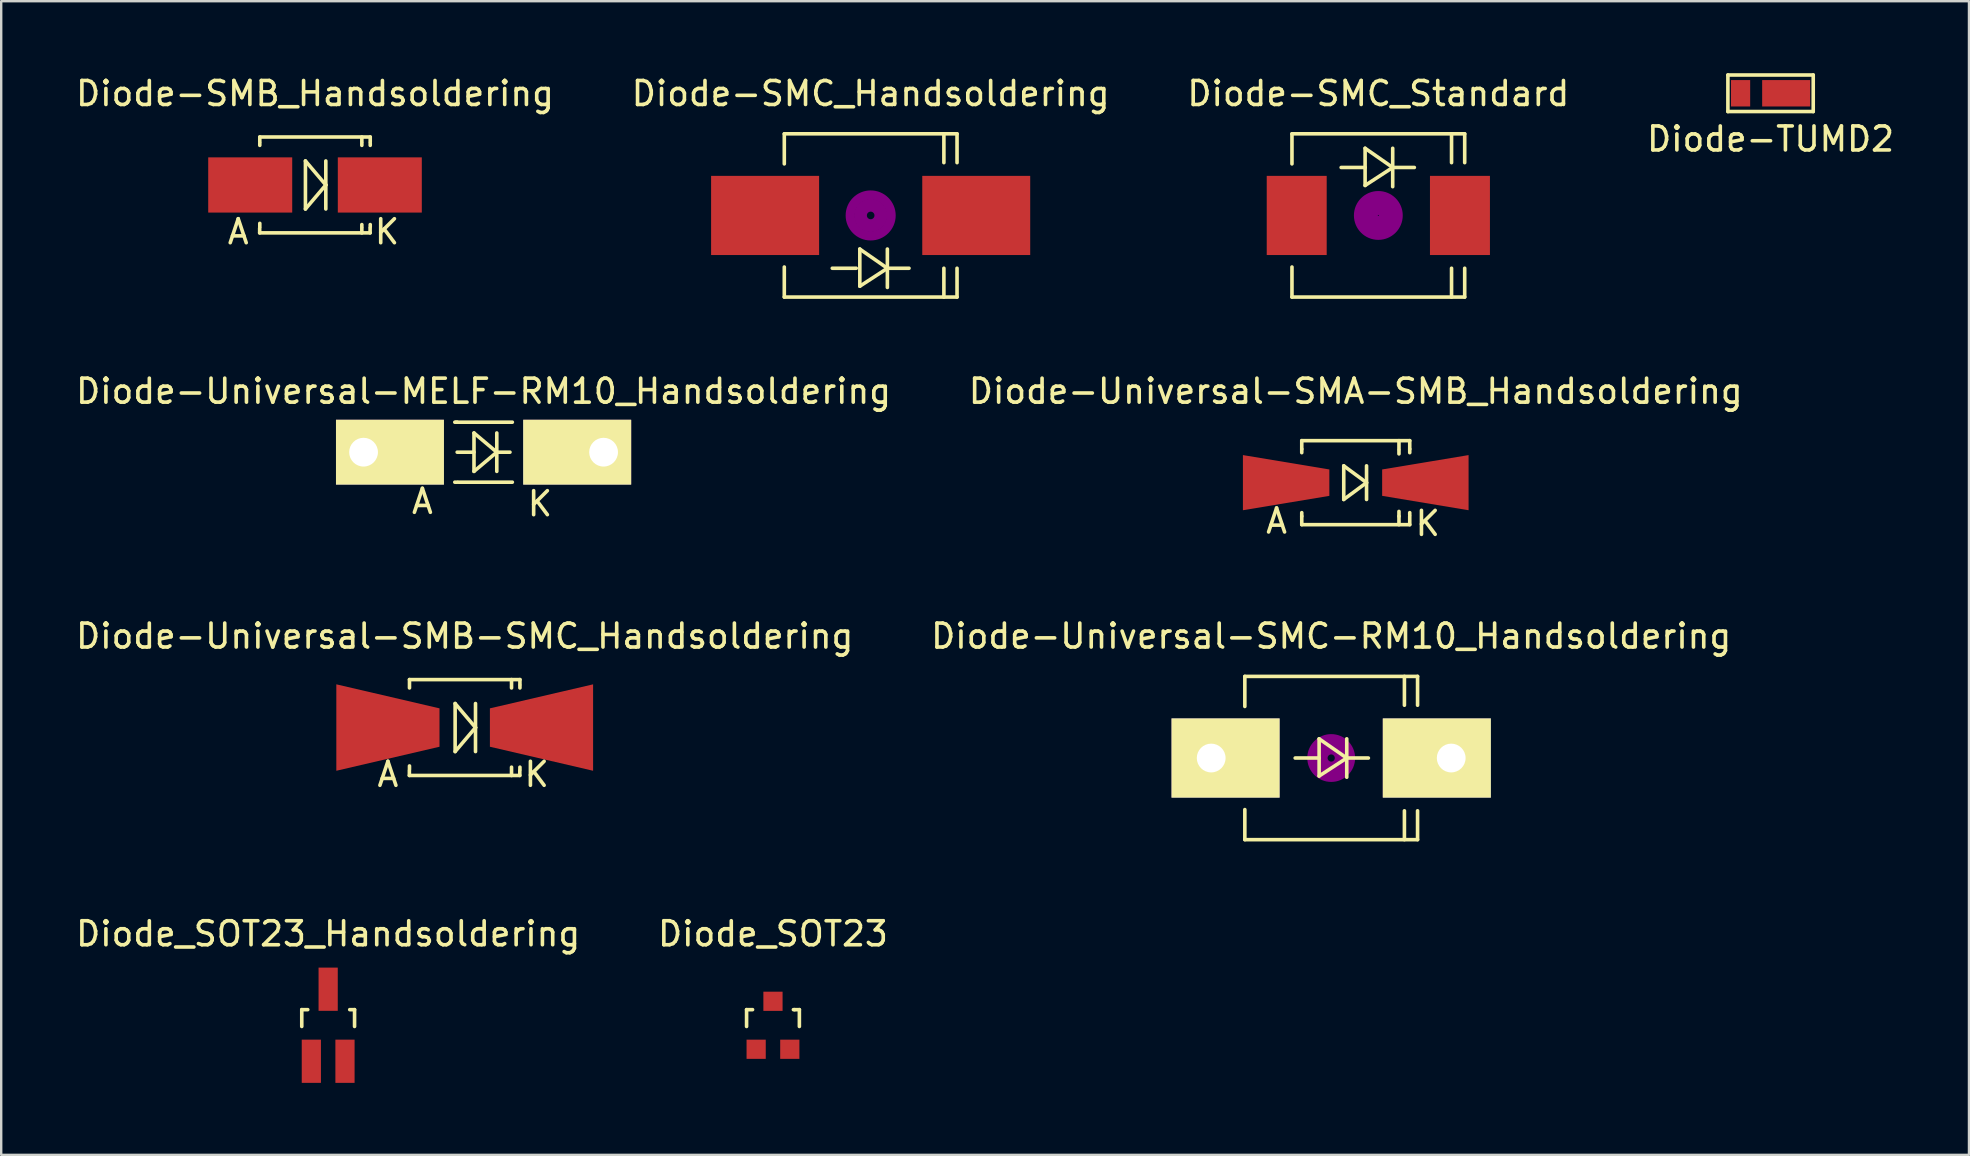
<source format=kicad_pcb>
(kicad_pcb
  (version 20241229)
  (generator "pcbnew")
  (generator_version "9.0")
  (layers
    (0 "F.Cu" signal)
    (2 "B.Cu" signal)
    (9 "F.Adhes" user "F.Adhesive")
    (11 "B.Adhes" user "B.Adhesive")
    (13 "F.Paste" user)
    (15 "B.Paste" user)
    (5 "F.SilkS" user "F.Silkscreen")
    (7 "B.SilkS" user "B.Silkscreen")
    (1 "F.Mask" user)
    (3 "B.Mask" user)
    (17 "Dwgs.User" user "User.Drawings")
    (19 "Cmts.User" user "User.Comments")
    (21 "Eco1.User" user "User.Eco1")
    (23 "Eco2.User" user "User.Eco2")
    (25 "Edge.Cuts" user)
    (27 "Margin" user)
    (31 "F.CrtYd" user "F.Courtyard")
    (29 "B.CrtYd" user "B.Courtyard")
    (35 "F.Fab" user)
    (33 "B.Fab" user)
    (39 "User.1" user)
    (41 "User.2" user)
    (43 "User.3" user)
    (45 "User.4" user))
  (footprint "Diode_SOT23_Handsoldering"
    (layer "F.Cu")
    (at 10.625 39.673)
    (property "Reference" "Diode_SOT23_Handsoldering" (at 0 -3.81 0) (layer "F.SilkS") (effects (font (size 1 1) (thickness 0.15))))
    (attr smd)
    (fp_line (start -1.1 -0.65) (end -0.851 -0.65) (stroke (width 0.15) (type solid)) (layer "F.SilkS"))
    (fp_line (start -1.1 0.051) (end -1.1 -0.65) (stroke (width 0.15) (type solid)) (layer "F.SilkS"))
    (fp_line (start 0.899 -0.65) (end 1.1 -0.65) (stroke (width 0.15) (type solid)) (layer "F.SilkS"))
    (fp_line (start 1.1 -0.65) (end 1.1 0.051) (stroke (width 0.15) (type solid)) (layer "F.SilkS"))
    (pad "1" smd rect (at -0.701 1.501) (size 0.8 1.801) (layers "F.Cu" "F.Mask" "F.Paste"))
    (pad "2" smd rect (at 0.701 1.501) (size 0.8 1.801) (layers "F.Cu" "F.Mask" "F.Paste"))
    (pad "3" smd rect (at 0 -1.501) (size 0.8 1.801) (layers "F.Cu" "F.Mask" "F.Paste")))
  (footprint "Diode-SMC_Standard"
    (layer "F.Cu")
    (at 54.387 5.928)
    (property "Reference" "Diode-SMC_Standard" (at 0 -5.08 0) (layer "F.SilkS") (effects (font (size 1 1) (thickness 0.15))))
    (attr smd)
    (fp_line (start -3.599 -3.401) (end -3.599 -2.149) (stroke (width 0.15) (type solid)) (layer "F.SilkS"))
    (fp_line (start -3.599 -3.401) (end 3.599 -3.401) (stroke (width 0.15) (type solid)) (layer "F.SilkS"))
    (fp_line (start -3.599 3.401) (end -3.599 2.149) (stroke (width 0.15) (type solid)) (layer "F.SilkS"))
    (fp_line (start -3.599 3.401) (end 3.599 3.401) (stroke (width 0.15) (type solid)) (layer "F.SilkS"))
    (fp_line (start -0.551 -1.999) (end -1.549 -1.999) (stroke (width 0.15) (type solid)) (layer "F.SilkS"))
    (fp_line (start -0.551 -1.25) (end -0.551 -2.799) (stroke (width 0.15) (type solid)) (layer "F.SilkS"))
    (fp_line (start 0.599 -2.799) (end 0.599 -1.199) (stroke (width 0.15) (type solid)) (layer "F.SilkS"))
    (fp_line (start 0.599 -1.999) (end -0.551 -2.799) (stroke (width 0.15) (type solid)) (layer "F.SilkS"))
    (fp_line (start 0.599 -1.999) (end -0.551 -1.25) (stroke (width 0.15) (type solid)) (layer "F.SilkS"))
    (fp_line (start 0.599 -1.999) (end 1.501 -1.999) (stroke (width 0.15) (type solid)) (layer "F.SilkS"))
    (fp_line (start 3.051 -3.401) (end 3.051 -2.2) (stroke (width 0.15) (type solid)) (layer "F.SilkS"))
    (fp_line (start 3.051 3.401) (end 3.051 2.2) (stroke (width 0.15) (type solid)) (layer "F.SilkS"))
    (fp_line (start 3.599 -3.401) (end 3.599 -2.2) (stroke (width 0.15) (type solid)) (layer "F.SilkS"))
    (fp_line (start 3.599 3.401) (end 3.599 2.2) (stroke (width 0.15) (type solid)) (layer "F.SilkS"))
    (fp_circle (center 0 0) (end 0.15 0.15) (stroke (width 0.381) (type solid)) (fill no) (layer "F.Adhes"))
    (fp_circle (center 0 0) (end 0.45 0.201) (stroke (width 0.381) (type solid)) (fill no) (layer "F.Adhes"))
    (fp_circle (center 0 0) (end 0.749 0.351) (stroke (width 0.381) (type solid)) (fill no) (layer "F.Adhes"))
    (pad "1" smd rect (at -3.401 0 90) (size 3.299 2.499) (layers "F.Cu" "F.Mask" "F.Paste"))
    (pad "2" smd rect (at 3.401 0 90) (size 3.299 2.499) (layers "F.Cu" "F.Mask" "F.Paste")))
  (footprint "Diode_SOT23"
    (layer "F.Cu")
    (at 29.161 39.673)
    (property "Reference" "Diode_SOT23" (at 0 -3.81 0) (layer "F.SilkS") (effects (font (size 1 1) (thickness 0.15))))
    (attr smd)
    (fp_line (start -1.1 -0.65) (end -0.851 -0.65) (stroke (width 0.15) (type solid)) (layer "F.SilkS"))
    (fp_line (start -1.1 0.051) (end -1.1 -0.65) (stroke (width 0.15) (type solid)) (layer "F.SilkS"))
    (fp_line (start 0.899 -0.65) (end 0.851 -0.65) (stroke (width 0.15) (type solid)) (layer "F.SilkS"))
    (fp_line (start 0.899 -0.65) (end 1.1 -0.65) (stroke (width 0.15) (type solid)) (layer "F.SilkS"))
    (fp_line (start 1.1 -0.65) (end 1.1 0.051) (stroke (width 0.15) (type solid)) (layer "F.SilkS"))
    (pad "1" smd rect (at -0.701 1.001) (size 0.8 0.8) (layers "F.Cu" "F.Mask" "F.Paste"))
    (pad "2" smd rect (at 0.701 1.001) (size 0.8 0.8) (layers "F.Cu" "F.Mask" "F.Paste"))
    (pad "3" smd rect (at 0 -0.998) (size 0.8 0.8) (layers "F.Cu" "F.Mask" "F.Paste")))
  (footprint "Diode-Universal-SMC-RM10_Handsoldering"
    (layer "F.Cu")
    (at 52.423 28.538)
    (property "Reference" "Diode-Universal-SMC-RM10_Handsoldering" (at 0 -5.08 0) (layer "F.SilkS") (effects (font (size 1 1) (thickness 0.15))))
    (attr smd)
    (fp_line (start -3.599 -3.401) (end -3.599 -2.149) (stroke (width 0.15) (type solid)) (layer "F.SilkS"))
    (fp_line (start -3.599 -3.401) (end 3.599 -3.401) (stroke (width 0.15) (type solid)) (layer "F.SilkS"))
    (fp_line (start -3.599 3.401) (end -3.599 2.149) (stroke (width 0.15) (type solid)) (layer "F.SilkS"))
    (fp_line (start -3.599 3.401) (end 3.599 3.401) (stroke (width 0.15) (type solid)) (layer "F.SilkS"))
    (fp_line (start -0.503 0) (end -1.501 0) (stroke (width 0.15) (type solid)) (layer "F.SilkS"))
    (fp_line (start -0.503 0.749) (end -0.503 -0.8) (stroke (width 0.15) (type solid)) (layer "F.SilkS"))
    (fp_line (start 0.648 -0.8) (end 0.648 0.8) (stroke (width 0.15) (type solid)) (layer "F.SilkS"))
    (fp_line (start 0.648 0) (end -0.503 -0.8) (stroke (width 0.15) (type solid)) (layer "F.SilkS"))
    (fp_line (start 0.648 0) (end -0.503 0.749) (stroke (width 0.15) (type solid)) (layer "F.SilkS"))
    (fp_line (start 0.648 0) (end 1.549 0) (stroke (width 0.15) (type solid)) (layer "F.SilkS"))
    (fp_line (start 3.051 -3.401) (end 3.051 -2.2) (stroke (width 0.15) (type solid)) (layer "F.SilkS"))
    (fp_line (start 3.051 3.401) (end 3.051 2.2) (stroke (width 0.15) (type solid)) (layer "F.SilkS"))
    (fp_line (start 3.599 -3.401) (end 3.599 -2.2) (stroke (width 0.15) (type solid)) (layer "F.SilkS"))
    (fp_line (start 3.599 3.401) (end 3.599 2.2) (stroke (width 0.15) (type solid)) (layer "F.SilkS"))
    (fp_circle (center 0 0) (end 0.15 0) (stroke (width 0.381) (type solid)) (fill no) (layer "F.Adhes"))
    (fp_circle (center 0 0) (end 0.5 0) (stroke (width 0.381) (type solid)) (fill no) (layer "F.Adhes"))
    (fp_circle (center 0 0) (end 0.8 -0.099) (stroke (width 0.381) (type solid)) (fill no) (layer "F.Adhes"))
    (pad "1" thru_hole rect (at -5.001 0) (size 4.501 3.299) (drill 1.199 (offset 0.599 0)) (layers "*.Cu" "*.Mask" "F.SilkS"))
    (pad "2" thru_hole rect (at 5.001 0 180) (size 4.501 3.299) (drill 1.199 (offset 0.599 0)) (layers "*.Cu" "*.Mask" "F.SilkS")))
  (footprint "Diode-Universal-SMB-SMC_Handsoldering"
    (layer "F.Cu")
    (at 16.315 27.268)
    (property "Reference" "Diode-Universal-SMB-SMC_Handsoldering" (at 0 -3.81 0) (layer "F.SilkS") (effects (font (size 1 1) (thickness 0.15))))
    (attr smd)
    (fp_line (start -2.306 1.996) (end -2.306 1.798) (stroke (width 0.15) (type solid)) (layer "F.SilkS"))
    (fp_line (start -2.306 1.996) (end 2.296 1.996) (stroke (width 0.15) (type solid)) (layer "F.SilkS"))
    (fp_line (start -2.301 -1.999) (end -2.301 -1.801) (stroke (width 0.15) (type solid)) (layer "F.SilkS"))
    (fp_line (start -2.301 -1.999) (end 2.301 -1.999) (stroke (width 0.15) (type solid)) (layer "F.SilkS"))
    (fp_line (start -2.301 -1.75) (end -2.301 -1.651) (stroke (width 0.15) (type solid)) (layer "F.SilkS"))
    (fp_line (start -2.301 1.75) (end -2.301 1.6) (stroke (width 0.15) (type solid)) (layer "F.SilkS"))
    (fp_line (start -0.399 -1.001) (end -0.399 1.001) (stroke (width 0.15) (type solid)) (layer "F.SilkS"))
    (fp_line (start -0.399 1.001) (end 0.45 0) (stroke (width 0.15) (type solid)) (layer "F.SilkS"))
    (fp_line (start 0.45 0) (end -0.399 -1.001) (stroke (width 0.15) (type solid)) (layer "F.SilkS"))
    (fp_line (start 0.45 0) (end 0.45 -1.001) (stroke (width 0.15) (type solid)) (layer "F.SilkS"))
    (fp_line (start 0.45 0) (end 0.45 1.001) (stroke (width 0.15) (type solid)) (layer "F.SilkS"))
    (fp_line (start 1.951 -1.999) (end 1.951 -1.801) (stroke (width 0.15) (type solid)) (layer "F.SilkS"))
    (fp_line (start 1.951 -1.75) (end 1.951 -1.651) (stroke (width 0.15) (type solid)) (layer "F.SilkS"))
    (fp_line (start 1.951 1.75) (end 1.951 1.651) (stroke (width 0.15) (type solid)) (layer "F.SilkS"))
    (fp_line (start 1.951 1.999) (end 1.951 1.801) (stroke (width 0.15) (type solid)) (layer "F.SilkS"))
    (fp_line (start 2.296 1.996) (end 2.296 1.798) (stroke (width 0.15) (type solid)) (layer "F.SilkS"))
    (fp_line (start 2.301 -1.999) (end 2.301 -1.801) (stroke (width 0.15) (type solid)) (layer "F.SilkS"))
    (fp_line (start 2.301 -1.75) (end 2.301 -1.651) (stroke (width 0.15) (type solid)) (layer "F.SilkS"))
    (fp_line (start 2.301 1.75) (end 2.301 1.651) (stroke (width 0.15) (type solid)) (layer "F.SilkS"))
    (fp_text user "A" (at -3.2 1.951 0) (layer "F.SilkS") (effects (font (size 1 1) (thickness 0.15))))
    (fp_text user "K" (at 3 1.951 0) (layer "F.SilkS") (effects (font (size 1 1) (thickness 0.15))))
    (pad "1" smd trapezoid (at -3.2 0) (size 4.3 2.601) (rect_delta 1.001 0) (layers "F.Cu" "F.Mask" "F.Paste"))
    (pad "2" smd trapezoid (at 3.2 0 180) (size 4.3 2.601) (rect_delta 1.001 0) (layers "F.Cu" "F.Mask" "F.Paste")))
  (footprint "Diode-Universal-SMA-SMB_Handsoldering"
    (layer "F.Cu")
    (at 53.446 17.063)
    (property "Reference" "Diode-Universal-SMA-SMB_Handsoldering" (at 0 -3.81 0) (layer "F.SilkS") (effects (font (size 1 1) (thickness 0.15))))
    (attr smd)
    (fp_line (start -2.25 -1.75) (end -2.25 -1.4) (stroke (width 0.15) (type solid)) (layer "F.SilkS"))
    (fp_line (start -2.25 -1.75) (end 2.25 -1.75) (stroke (width 0.15) (type solid)) (layer "F.SilkS"))
    (fp_line (start -2.25 -1.4) (end -2.25 -1.25) (stroke (width 0.15) (type solid)) (layer "F.SilkS"))
    (fp_line (start -2.25 1.4) (end -2.25 1.25) (stroke (width 0.15) (type solid)) (layer "F.SilkS"))
    (fp_line (start -2.25 1.75) (end -2.25 1.4) (stroke (width 0.15) (type solid)) (layer "F.SilkS"))
    (fp_line (start -2.25 1.75) (end 2.25 1.75) (stroke (width 0.15) (type solid)) (layer "F.SilkS"))
    (fp_line (start -0.5 -0.701) (end -0.5 0.701) (stroke (width 0.15) (type solid)) (layer "F.SilkS"))
    (fp_line (start -0.5 0.701) (end 0.45 0) (stroke (width 0.15) (type solid)) (layer "F.SilkS"))
    (fp_line (start 0.45 -0.701) (end 0.45 0.701) (stroke (width 0.15) (type solid)) (layer "F.SilkS"))
    (fp_line (start 0.45 0) (end -0.5 -0.701) (stroke (width 0.15) (type solid)) (layer "F.SilkS"))
    (fp_line (start 1.801 -1.75) (end 1.801 -1.4) (stroke (width 0.15) (type solid)) (layer "F.SilkS"))
    (fp_line (start 1.801 -1.349) (end 1.801 -1.199) (stroke (width 0.15) (type solid)) (layer "F.SilkS"))
    (fp_line (start 1.801 1.4) (end 1.801 1.199) (stroke (width 0.15) (type solid)) (layer "F.SilkS"))
    (fp_line (start 1.801 1.75) (end 1.801 1.4) (stroke (width 0.15) (type solid)) (layer "F.SilkS"))
    (fp_line (start 2.25 -1.75) (end 2.25 -1.4) (stroke (width 0.15) (type solid)) (layer "F.SilkS"))
    (fp_line (start 2.25 -1.4) (end 2.25 -1.25) (stroke (width 0.15) (type solid)) (layer "F.SilkS"))
    (fp_line (start 2.25 1.349) (end 2.25 1.25) (stroke (width 0.15) (type solid)) (layer "F.SilkS"))
    (fp_line (start 2.25 1.75) (end 2.25 1.4) (stroke (width 0.15) (type solid)) (layer "F.SilkS"))
    (fp_text user "K" (at 3 1.699 0) (layer "F.SilkS") (effects (font (size 1 1) (thickness 0.15))))
    (fp_text user "A" (at -3.299 1.6 0) (layer "F.SilkS") (effects (font (size 1 1) (thickness 0.15))))
    (pad "1" smd trapezoid (at -2.901 0) (size 3.602 1.699) (rect_delta 0.599 0) (layers "F.Cu" "F.Mask" "F.Paste"))
    (pad "2" smd trapezoid (at 2.901 0 180) (size 3.602 1.699) (rect_delta 0.599 0) (layers "F.Cu" "F.Mask" "F.Paste")))
  (footprint "Diode-Universal-MELF-RM10_Handsoldering"
    (layer "F.Cu")
    (at 17.101 15.793)
    (property "Reference" "Diode-Universal-MELF-RM10_Handsoldering" (at 0 -2.54 0) (layer "F.SilkS") (effects (font (size 1 1) (thickness 0.15))))
    (attr smd)
    (fp_line (start -1.1 -1.25) (end -1.199 -1.25) (stroke (width 0.15) (type solid)) (layer "F.SilkS"))
    (fp_line (start -1.1 1.25) (end -1.199 1.25) (stroke (width 0.15) (type solid)) (layer "F.SilkS"))
    (fp_line (start -0.399 -0.8) (end -0.399 0.8) (stroke (width 0.15) (type solid)) (layer "F.SilkS"))
    (fp_line (start -0.399 0) (end -1.1 0) (stroke (width 0.15) (type solid)) (layer "F.SilkS"))
    (fp_line (start -0.399 0.8) (end 0.551 0) (stroke (width 0.15) (type solid)) (layer "F.SilkS"))
    (fp_line (start 0.551 0) (end -0.399 -0.8) (stroke (width 0.15) (type solid)) (layer "F.SilkS"))
    (fp_line (start 0.551 0) (end 0.551 -0.8) (stroke (width 0.15) (type solid)) (layer "F.SilkS"))
    (fp_line (start 0.551 0) (end 0.551 0.8) (stroke (width 0.15) (type solid)) (layer "F.SilkS"))
    (fp_line (start 0.551 0) (end 1.1 0) (stroke (width 0.15) (type solid)) (layer "F.SilkS"))
    (fp_line (start 1.199 -1.25) (end -1.151 -1.25) (stroke (width 0.15) (type solid)) (layer "F.SilkS"))
    (fp_line (start 1.199 1.25) (end -1.049 1.25) (stroke (width 0.15) (type solid)) (layer "F.SilkS"))
    (fp_text user "A" (at -2.55 2.05 0) (layer "F.SilkS") (effects (font (size 1 1) (thickness 0.15))))
    (fp_text user "K" (at 2.349 2.149 0) (layer "F.SilkS") (effects (font (size 1 1) (thickness 0.15))))
    (pad "1" thru_hole rect (at -5.001 0) (size 4.498 2.7) (drill 1.199 (offset 1.1 0)) (layers "*.Cu" "*.Mask" "F.SilkS"))
    (pad "2" thru_hole rect (at 5.001 0 180) (size 4.498 2.7) (drill 1.199 (offset 1.1 0)) (layers "*.Cu" "*.Mask" "F.SilkS")))
  (footprint "Diode-SMB_Handsoldering"
    (layer "F.Cu")
    (at 10.077 4.658)
    (property "Reference" "Diode-SMB_Handsoldering" (at 0 -3.81 0) (layer "F.SilkS") (effects (font (size 1 1) (thickness 0.15))))
    (attr smd)
    (fp_line (start -2.306 1.996) (end -2.306 1.798) (stroke (width 0.15) (type solid)) (layer "F.SilkS"))
    (fp_line (start -2.306 1.996) (end 2.296 1.996) (stroke (width 0.15) (type solid)) (layer "F.SilkS"))
    (fp_line (start -2.301 -1.999) (end -2.301 -1.801) (stroke (width 0.15) (type solid)) (layer "F.SilkS"))
    (fp_line (start -2.301 -1.999) (end 2.301 -1.999) (stroke (width 0.15) (type solid)) (layer "F.SilkS"))
    (fp_line (start -2.301 -1.75) (end -2.301 -1.651) (stroke (width 0.15) (type solid)) (layer "F.SilkS"))
    (fp_line (start -2.301 1.75) (end -2.301 1.6) (stroke (width 0.15) (type solid)) (layer "F.SilkS"))
    (fp_line (start -0.399 -1.001) (end -0.399 1.001) (stroke (width 0.15) (type solid)) (layer "F.SilkS"))
    (fp_line (start -0.399 1.001) (end 0.45 0) (stroke (width 0.15) (type solid)) (layer "F.SilkS"))
    (fp_line (start 0.45 0) (end -0.399 -1.001) (stroke (width 0.15) (type solid)) (layer "F.SilkS"))
    (fp_line (start 0.45 0) (end 0.45 -1.001) (stroke (width 0.15) (type solid)) (layer "F.SilkS"))
    (fp_line (start 0.45 0) (end 0.45 1.001) (stroke (width 0.15) (type solid)) (layer "F.SilkS"))
    (fp_line (start 1.951 -1.999) (end 1.951 -1.801) (stroke (width 0.15) (type solid)) (layer "F.SilkS"))
    (fp_line (start 1.951 -1.75) (end 1.951 -1.651) (stroke (width 0.15) (type solid)) (layer "F.SilkS"))
    (fp_line (start 1.951 1.75) (end 1.951 1.651) (stroke (width 0.15) (type solid)) (layer "F.SilkS"))
    (fp_line (start 1.951 1.999) (end 1.951 1.801) (stroke (width 0.15) (type solid)) (layer "F.SilkS"))
    (fp_line (start 2.296 1.996) (end 2.296 1.798) (stroke (width 0.15) (type solid)) (layer "F.SilkS"))
    (fp_line (start 2.301 -1.999) (end 2.301 -1.801) (stroke (width 0.15) (type solid)) (layer "F.SilkS"))
    (fp_line (start 2.301 -1.75) (end 2.301 -1.651) (stroke (width 0.15) (type solid)) (layer "F.SilkS"))
    (fp_line (start 2.301 1.75) (end 2.301 1.651) (stroke (width 0.15) (type solid)) (layer "F.SilkS"))
    (fp_text user "A" (at -3.2 1.951 0) (layer "F.SilkS") (effects (font (size 1 1) (thickness 0.15))))
    (fp_text user "K" (at 3 1.951 0) (layer "F.SilkS") (effects (font (size 1 1) (thickness 0.15))))
    (pad "1" smd rect (at -2.7 0) (size 3.5 2.301) (layers "F.Cu" "F.Mask" "F.Paste"))
    (pad "2" smd rect (at 2.7 0) (size 3.5 2.301) (layers "F.Cu" "F.Mask" "F.Paste")))
  (footprint "Diode-SMC_Handsoldering"
    (layer "F.Cu")
    (at 33.232 5.928)
    (property "Reference" "Diode-SMC_Handsoldering" (at 0 -5.08 0) (layer "F.SilkS") (effects (font (size 1 1) (thickness 0.15))))
    (attr smd)
    (fp_line (start -3.599 -3.401) (end -3.599 -2.149) (stroke (width 0.15) (type solid)) (layer "F.SilkS"))
    (fp_line (start -3.599 -3.401) (end 3.599 -3.401) (stroke (width 0.15) (type solid)) (layer "F.SilkS"))
    (fp_line (start -3.599 3.401) (end -3.599 2.149) (stroke (width 0.15) (type solid)) (layer "F.SilkS"))
    (fp_line (start -3.599 3.401) (end 3.599 3.401) (stroke (width 0.15) (type solid)) (layer "F.SilkS"))
    (fp_line (start -0.602 2.2) (end -1.6 2.2) (stroke (width 0.15) (type solid)) (layer "F.SilkS"))
    (fp_line (start -0.452 2.949) (end -0.452 1.4) (stroke (width 0.15) (type solid)) (layer "F.SilkS"))
    (fp_line (start 0.696 1.4) (end 0.696 3) (stroke (width 0.15) (type solid)) (layer "F.SilkS"))
    (fp_line (start 0.696 2.2) (end -0.455 1.4) (stroke (width 0.15) (type solid)) (layer "F.SilkS"))
    (fp_line (start 0.696 2.2) (end 1.598 2.2) (stroke (width 0.15) (type solid)) (layer "F.SilkS"))
    (fp_line (start 0.699 2.2) (end -0.452 2.949) (stroke (width 0.15) (type solid)) (layer "F.SilkS"))
    (fp_line (start 3.051 -3.401) (end 3.051 -2.2) (stroke (width 0.15) (type solid)) (layer "F.SilkS"))
    (fp_line (start 3.051 3.401) (end 3.051 2.2) (stroke (width 0.15) (type solid)) (layer "F.SilkS"))
    (fp_line (start 3.599 -3.401) (end 3.599 -2.2) (stroke (width 0.15) (type solid)) (layer "F.SilkS"))
    (fp_line (start 3.599 3.401) (end 3.599 2.2) (stroke (width 0.15) (type solid)) (layer "F.SilkS"))
    (fp_circle (center 0 0) (end 0.15 0.051) (stroke (width 0.381) (type solid)) (fill no) (layer "F.Adhes"))
    (fp_circle (center 0 0) (end 0.5 0.051) (stroke (width 0.381) (type solid)) (fill no) (layer "F.Adhes"))
    (fp_circle (center 0 0) (end 0.851 0.051) (stroke (width 0.381) (type solid)) (fill no) (layer "F.Adhes"))
    (pad "1" smd rect (at -4.399 0 90) (size 3.299 4.501) (layers "F.Cu" "F.Mask" "F.Paste"))
    (pad "2" smd rect (at 4.399 0 90) (size 3.299 4.498) (layers "F.Cu" "F.Mask" "F.Paste")))
  (footprint "Diode-TUMD2"
    (layer "F.Cu")
    (at 70.732 0.837)
    (property "Reference" "Diode-TUMD2" (at 0 1.905 0) (layer "F.SilkS") (effects (font (size 1 1) (thickness 0.15))))
    (attr through_hole)
    (fp_line (start -1.778 -0.762) (end -1.778 0.762) (stroke (width 0.15) (type solid)) (layer "F.SilkS"))
    (fp_line (start -1.778 0.762) (end 1.778 0.762) (stroke (width 0.15) (type solid)) (layer "F.SilkS"))
    (fp_line (start 1.778 -0.762) (end -1.778 -0.762) (stroke (width 0.15) (type solid)) (layer "F.SilkS"))
    (fp_line (start 1.778 0.762) (end 1.778 -0.762) (stroke (width 0.15) (type solid)) (layer "F.SilkS"))
    (pad "1" smd rect (at -1.25 0) (size 0.8 1.1) (layers "F.Cu" "F.Mask" "F.Paste"))
    (pad "2" smd rect (at 0.65 0) (size 2 1.1) (layers "F.Cu" "F.Mask" "F.Paste")))
  (gr_rect
    (start -3 -3)
    (end 79 45.074)
    (stroke (width 0.1) (type default))
    (fill no)
    (layer "Edge.Cuts")))
</source>
